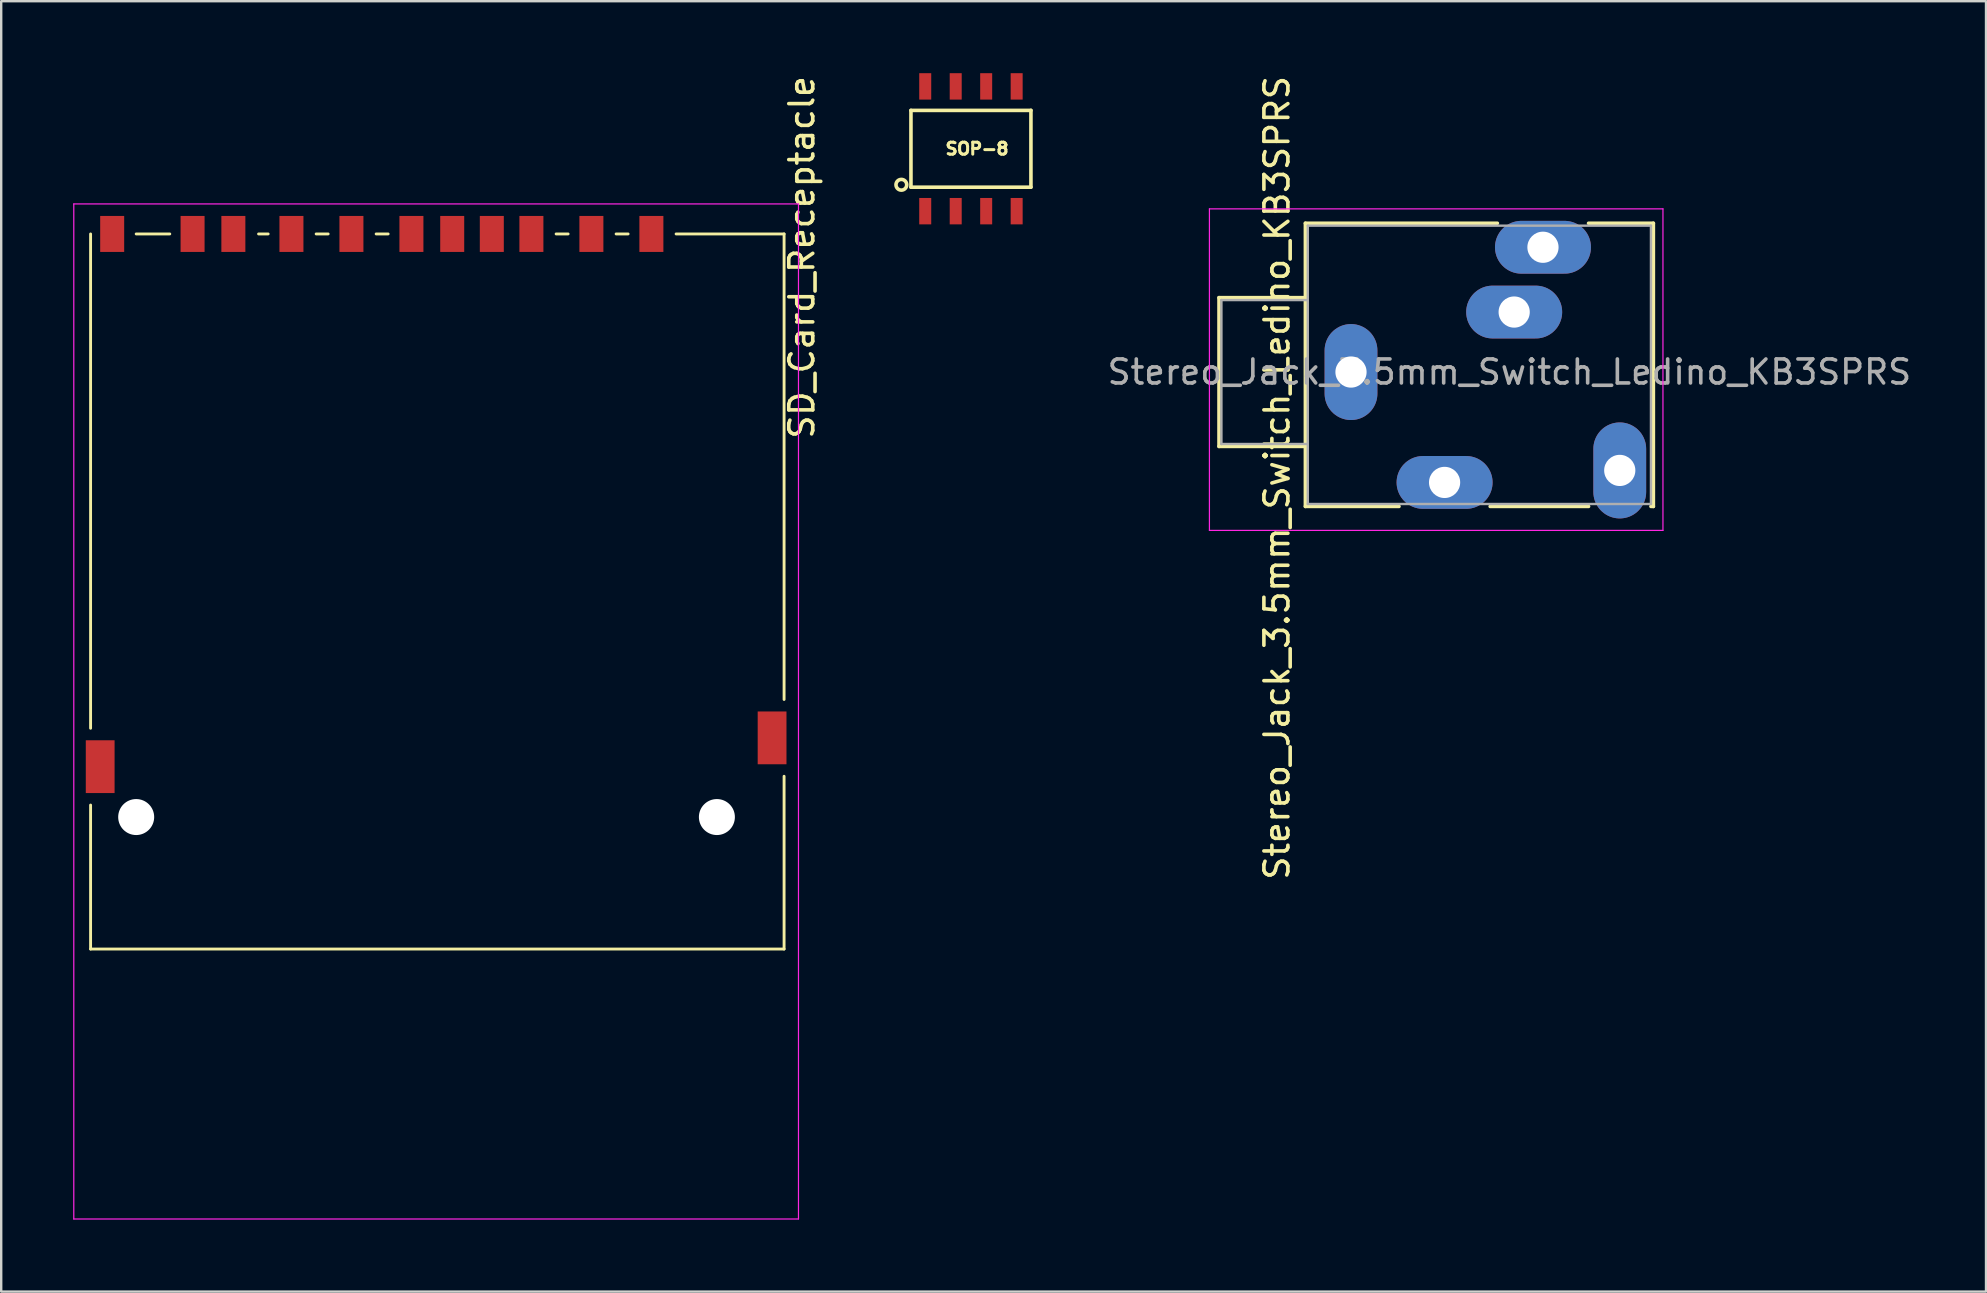
<source format=kicad_pcb>
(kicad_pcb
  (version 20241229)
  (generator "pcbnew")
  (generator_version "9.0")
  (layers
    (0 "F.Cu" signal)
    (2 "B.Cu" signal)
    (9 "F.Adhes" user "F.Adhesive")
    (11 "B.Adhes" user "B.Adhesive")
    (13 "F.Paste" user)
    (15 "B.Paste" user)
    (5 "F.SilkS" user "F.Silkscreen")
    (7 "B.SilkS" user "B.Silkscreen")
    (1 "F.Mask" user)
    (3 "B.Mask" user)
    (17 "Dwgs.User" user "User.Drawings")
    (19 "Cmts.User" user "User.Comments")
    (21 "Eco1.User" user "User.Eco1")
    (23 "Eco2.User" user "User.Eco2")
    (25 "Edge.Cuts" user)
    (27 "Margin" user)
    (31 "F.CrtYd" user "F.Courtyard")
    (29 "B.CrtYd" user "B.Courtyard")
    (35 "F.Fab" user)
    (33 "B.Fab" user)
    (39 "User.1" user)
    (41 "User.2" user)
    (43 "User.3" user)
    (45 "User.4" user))
  (footprint "SD_Card_Receptacle"
    (layer "F.Cu")
    (at 15.125 18.849)
    (property "Reference" "SD_Card_Receptacle" (at 15.24 -11.176 90) (layer "F.SilkS") (effects (font (size 1 1) (thickness 0.15))))
    (attr smd)
    (fp_line (start -14.4 8.45) (end -14.4 -12.15) (stroke (width 0.12) (type solid)) (layer "F.SilkS"))
    (fp_line (start -14.4 17.65) (end -14.4 11.65) (stroke (width 0.12) (type solid)) (layer "F.SilkS"))
    (fp_line (start -12.5 -12.15) (end -11.1 -12.15) (stroke (width 0.12) (type solid)) (layer "F.SilkS"))
    (fp_line (start -7.4 -12.15) (end -7 -12.15) (stroke (width 0.12) (type solid)) (layer "F.SilkS"))
    (fp_line (start -5 -12.15) (end -4.5 -12.15) (stroke (width 0.12) (type solid)) (layer "F.SilkS"))
    (fp_line (start -2.5 -12.15) (end -2 -12.15) (stroke (width 0.12) (type solid)) (layer "F.SilkS"))
    (fp_line (start 5 -12.15) (end 5.5 -12.15) (stroke (width 0.12) (type solid)) (layer "F.SilkS"))
    (fp_line (start 7.5 -12.15) (end 8 -12.15) (stroke (width 0.12) (type solid)) (layer "F.SilkS"))
    (fp_line (start 14.5 -12.15) (end 10 -12.15) (stroke (width 0.12) (type solid)) (layer "F.SilkS"))
    (fp_line (start 14.5 7.25) (end 14.5 -12.15) (stroke (width 0.12) (type solid)) (layer "F.SilkS"))
    (fp_line (start 14.5 17.65) (end -14.4 17.65) (stroke (width 0.12) (type solid)) (layer "F.SilkS"))
    (fp_line (start 14.5 17.65) (end 14.5 10.45) (stroke (width 0.12) (type solid)) (layer "F.SilkS"))
    (fp_line (start -15.1 -13.4) (end -15.1 28.9) (stroke (width 0.05) (type solid)) (layer "F.CrtYd"))
    (fp_line (start -15.1 28.9) (end 15.1 28.9) (stroke (width 0.05) (type solid)) (layer "F.CrtYd"))
    (fp_line (start 15.1 -13.4) (end -15.1 -13.4) (stroke (width 0.05) (type solid)) (layer "F.CrtYd"))
    (fp_line (start 15.1 28.9) (end 15.1 -13.4) (stroke (width 0.05) (type solid)) (layer "F.CrtYd"))
    (pad "" np_thru_hole circle (at -12.5 12.15) (size 1.5 1.5) (drill 1.5) (layers "*.Cu" "*.Mask"))
    (pad "" np_thru_hole circle (at 11.7 12.15) (size 1.5 1.5) (drill 1.5) (layers "*.Cu" "*.Mask"))
    (pad "1" smd rect (at 6.47 -12.15) (size 1 1.5) (layers "F.Cu" "F.Mask" "F.Paste"))
    (pad "2" smd rect (at 3.97 -12.15) (size 1 1.5) (layers "F.Cu" "F.Mask" "F.Paste"))
    (pad "3" smd rect (at 0.67 -12.15) (size 1 1.5) (layers "F.Cu" "F.Mask" "F.Paste"))
    (pad "4" smd rect (at -1.03 -12.15) (size 1 1.5) (layers "F.Cu" "F.Mask" "F.Paste"))
    (pad "5" smd rect (at -3.53 -12.15) (size 1 1.5) (layers "F.Cu" "F.Mask" "F.Paste"))
    (pad "6" smd rect (at -6.03 -12.15) (size 1 1.5) (layers "F.Cu" "F.Mask" "F.Paste"))
    (pad "7" smd rect (at -8.45 -12.15) (size 1 1.5) (layers "F.Cu" "F.Mask" "F.Paste"))
    (pad "8" smd rect (at -10.15 -12.15) (size 1 1.5) (layers "F.Cu" "F.Mask" "F.Paste"))
    (pad "9" smd rect (at 8.97 -12.15) (size 1 1.5) (layers "F.Cu" "F.Mask" "F.Paste"))
    (pad "10" smd rect (at 2.32 -12.15) (size 1 1.5) (layers "F.Cu" "F.Mask" "F.Paste"))
    (pad "11" smd rect (at -13.5 -12.15) (size 1 1.5) (layers "F.Cu" "F.Mask" "F.Paste"))
    (pad "12" smd rect (at 14 8.85) (size 1.2 2.2) (layers "F.Cu" "F.Mask" "F.Paste"))
    (pad "13" smd rect (at -14 10.05) (size 1.2 2.2) (layers "F.Cu" "F.Mask" "F.Paste")))
  (footprint "Stereo_Jack_3.5mm_Switch_Ledino_KB3SPRS"
    (layer "F.Cu")
    (at 57.15 17.054)
    (property "Reference" "Stereo_Jack_3.5mm_Switch_Ledino_KB3SPRS" (at -6.985 -0.191 90) (layer "F.SilkS") (effects (font (size 1 1) (thickness 0.15))))
    (attr through_hole)
    (fp_line (start -9.4 -7.7) (end -9.4 -1.5) (stroke (width 0.15) (type solid)) (layer "F.SilkS"))
    (fp_line (start -9.4 -1.5) (end -5.8 -1.5) (stroke (width 0.15) (type solid)) (layer "F.SilkS"))
    (fp_line (start -5.8 -10.8) (end 2.2 -10.8) (stroke (width 0.15) (type solid)) (layer "F.SilkS"))
    (fp_line (start -5.8 -7.7) (end -9.4 -7.7) (stroke (width 0.15) (type solid)) (layer "F.SilkS"))
    (fp_line (start -5.8 1) (end -5.8 -10.8) (stroke (width 0.15) (type solid)) (layer "F.SilkS"))
    (fp_line (start -1.9 1) (end -5.8 1) (stroke (width 0.15) (type solid)) (layer "F.SilkS"))
    (fp_line (start 6 -10.8) (end 8.7 -10.8) (stroke (width 0.15) (type solid)) (layer "F.SilkS"))
    (fp_line (start 6 1) (end 1.9 1) (stroke (width 0.15) (type solid)) (layer "F.SilkS"))
    (fp_line (start 8.7 -10.8) (end 8.7 1) (stroke (width 0.15) (type solid)) (layer "F.SilkS"))
    (fp_line (start 8.7 1) (end 8.6 1) (stroke (width 0.15) (type solid)) (layer "F.SilkS"))
    (fp_line (start -9.8 -11.4) (end -9.8 2) (stroke (width 0.05) (type solid)) (layer "F.CrtYd"))
    (fp_line (start -9.8 2) (end 9.1 2) (stroke (width 0.05) (type solid)) (layer "F.CrtYd"))
    (fp_line (start 9.1 -11.4) (end -9.8 -11.4) (stroke (width 0.05) (type solid)) (layer "F.CrtYd"))
    (fp_line (start 9.1 2) (end 9.1 -11.4) (stroke (width 0.05) (type solid)) (layer "F.CrtYd"))
    (fp_line (start -9.3 -7.6) (end -9.3 -1.6) (stroke (width 0.1) (type solid)) (layer "F.Fab"))
    (fp_line (start -9.3 -7.6) (end -5.7 -7.6) (stroke (width 0.1) (type solid)) (layer "F.Fab"))
    (fp_line (start -9.3 -1.6) (end -5.7 -1.6) (stroke (width 0.1) (type solid)) (layer "F.Fab"))
    (fp_line (start -5.7 -10.7) (end -5.7 0.9) (stroke (width 0.1) (type solid)) (layer "F.Fab"))
    (fp_line (start -5.7 0.9) (end 8.6 0.9) (stroke (width 0.1) (type solid)) (layer "F.Fab"))
    (fp_line (start 8.6 -10.7) (end -5.7 -10.7) (stroke (width 0.1) (type solid)) (layer "F.Fab"))
    (fp_line (start 8.6 0.9) (end 8.6 -10.7) (stroke (width 0.1) (type solid)) (layer "F.Fab"))
    (fp_text user "${REFERENCE}" (at 2.7 -4.6 0) (layer "F.Fab") (effects (font (size 1 1) (thickness 0.15))))
    (pad "1" thru_hole oval (at 0 0) (size 4 2.2) (drill 1.3) (layers "*.Cu" "*.Mask"))
    (pad "2" thru_hole oval (at 4.1 -9.8) (size 4 2.2) (drill 1.3) (layers "*.Cu" "*.Mask"))
    (pad "3" thru_hole oval (at -3.9 -4.6) (size 2.2 4) (drill 1.3) (layers "*.Cu" "*.Mask"))
    (pad "4" thru_hole oval (at 7.3 -0.5 90) (size 4 2.2) (drill 1.3) (layers "*.Cu" "*.Mask"))
    (pad "5" thru_hole oval (at 2.9 -7.1) (size 4 2.2) (drill 1.3) (layers "*.Cu" "*.Mask")))
  (footprint "SOP-8"
    (layer "F.Cu")
    (at 37.412 3.15)
    (property "Reference" "SOP-8" (at 0.254 0 0) (layer "F.SilkS") (effects (font (size 0.5 0.5) (thickness 0.125))))
    (attr through_hole)
    (fp_line (start -2.5 -1.6) (end -2.5 1.6) (stroke (width 0.15) (type solid)) (layer "F.SilkS"))
    (fp_line (start -2.5 -1.6) (end 2.5 -1.6) (stroke (width 0.15) (type solid)) (layer "F.SilkS"))
    (fp_line (start -2.5 1.6) (end 2.5 1.6) (stroke (width 0.15) (type solid)) (layer "F.SilkS"))
    (fp_line (start 2.5 -1.6) (end 2.5 1.6) (stroke (width 0.15) (type solid)) (layer "F.SilkS"))
    (fp_circle (center -2.9 1.5) (end -2.8 1.3) (stroke (width 0.15) (type solid)) (fill no) (layer "F.SilkS"))
    (pad "1" smd rect (at -1.905 2.6) (size 0.5 1.1) (layers "F.Cu" "F.Mask" "F.Paste"))
    (pad "2" smd rect (at -0.635 2.6) (size 0.5 1.1) (layers "F.Cu" "F.Mask" "F.Paste"))
    (pad "3" smd rect (at 0.635 2.6) (size 0.5 1.1) (layers "F.Cu" "F.Mask" "F.Paste"))
    (pad "4" smd rect (at 1.905 2.6) (size 0.5 1.1) (layers "F.Cu" "F.Mask" "F.Paste"))
    (pad "5" smd rect (at 1.905 -2.6) (size 0.5 1.1) (layers "F.Cu" "F.Mask" "F.Paste"))
    (pad "6" smd rect (at 0.635 -2.6) (size 0.5 1.1) (layers "F.Cu" "F.Mask" "F.Paste"))
    (pad "7" smd rect (at -0.635 -2.6) (size 0.5 1.1) (layers "F.Cu" "F.Mask" "F.Paste"))
    (pad "8" smd rect (at -1.905 -2.6) (size 0.5 1.1) (layers "F.Cu" "F.Mask" "F.Paste")))
  (gr_rect
    (start -3 -3)
    (end 79.713 50.774)
    (stroke (width 0.1) (type default))
    (fill no)
    (layer "Edge.Cuts")))
</source>
